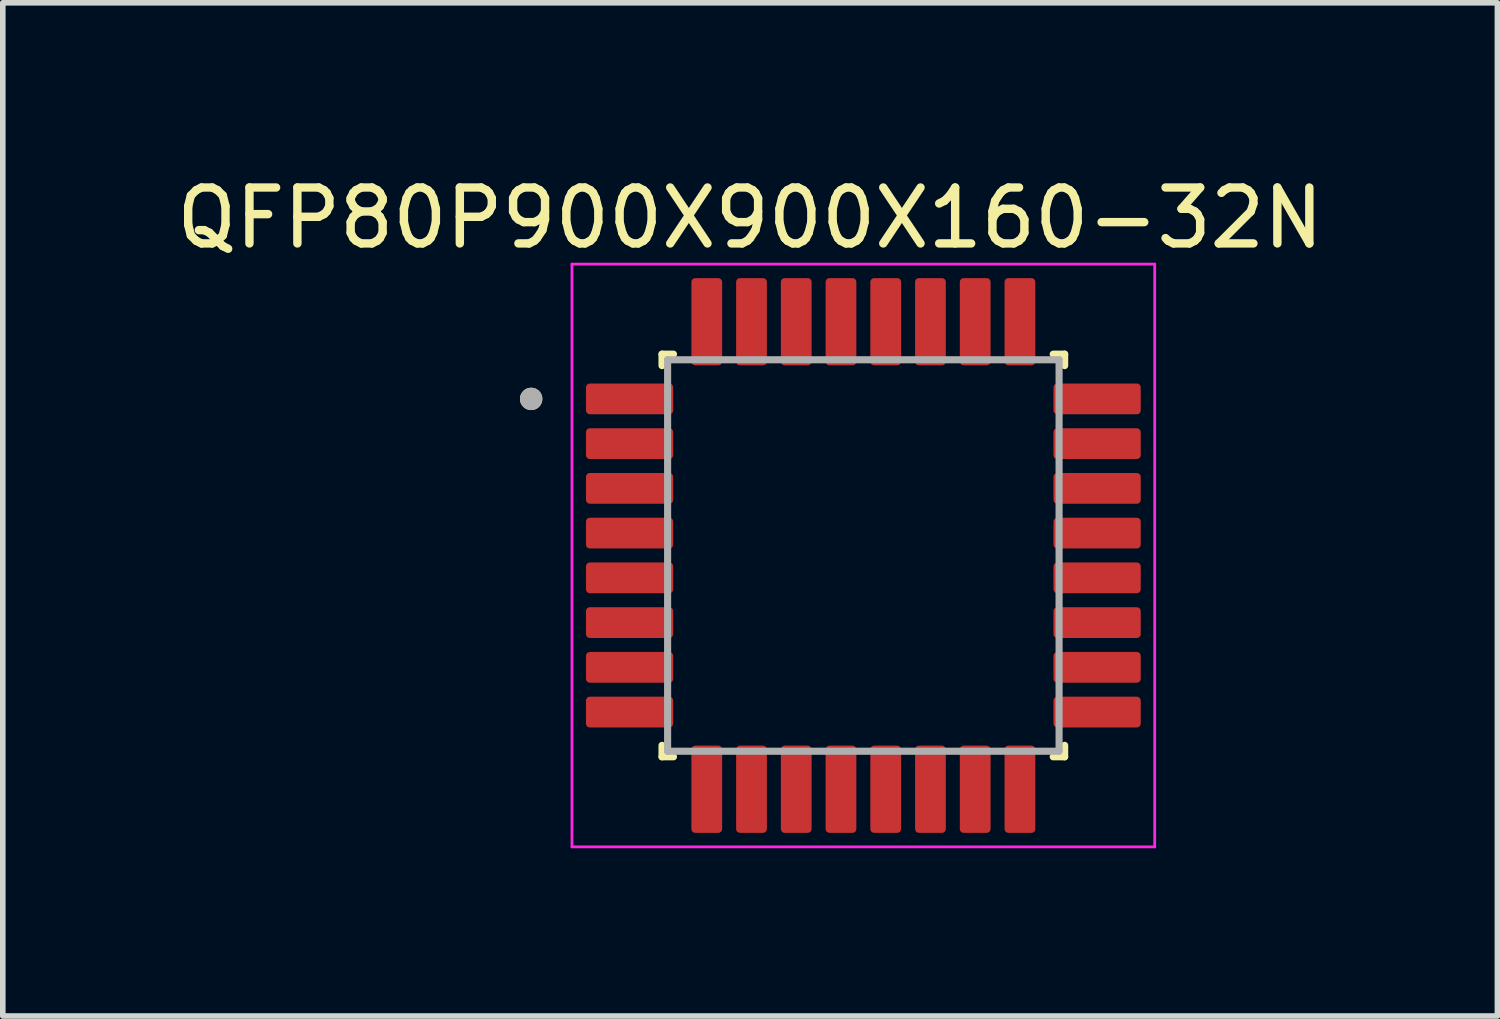
<source format=kicad_pcb>
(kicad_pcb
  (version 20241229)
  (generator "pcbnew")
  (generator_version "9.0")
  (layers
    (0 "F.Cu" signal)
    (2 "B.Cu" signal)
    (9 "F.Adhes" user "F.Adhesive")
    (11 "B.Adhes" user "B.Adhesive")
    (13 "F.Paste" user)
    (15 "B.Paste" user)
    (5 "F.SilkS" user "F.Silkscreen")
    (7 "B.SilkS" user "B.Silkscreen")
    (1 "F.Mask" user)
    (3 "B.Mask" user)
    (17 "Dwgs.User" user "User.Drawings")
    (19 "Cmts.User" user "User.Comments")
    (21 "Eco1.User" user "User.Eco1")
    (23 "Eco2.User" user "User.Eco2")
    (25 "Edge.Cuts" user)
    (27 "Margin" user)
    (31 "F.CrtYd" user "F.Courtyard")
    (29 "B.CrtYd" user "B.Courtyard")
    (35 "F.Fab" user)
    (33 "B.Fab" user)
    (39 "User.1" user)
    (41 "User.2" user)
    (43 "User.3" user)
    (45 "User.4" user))
  (footprint "QFP80P900X900X160-32N"
    (layer "F.Cu")
    (at 12.388 6.883)
    (property "Reference" "QFP80P900X900X160-32N" (at -2.025 -6.035 0) (layer "F.SilkS") (effects (font (size 1 1) (thickness 0.15))))
    (attr smd)
    (fp_line (start -3.6 -3.6) (end -3.6 -3.395) (stroke (width 0.127) (type solid)) (layer "F.SilkS"))
    (fp_line (start -3.6 -3.6) (end -3.395 -3.6) (stroke (width 0.127) (type solid)) (layer "F.SilkS"))
    (fp_line (start -3.6 3.6) (end -3.6 3.395) (stroke (width 0.127) (type solid)) (layer "F.SilkS"))
    (fp_line (start -3.6 3.6) (end -3.395 3.6) (stroke (width 0.127) (type solid)) (layer "F.SilkS"))
    (fp_line (start 3.6 -3.6) (end 3.395 -3.6) (stroke (width 0.127) (type solid)) (layer "F.SilkS"))
    (fp_line (start 3.6 -3.6) (end 3.6 -3.395) (stroke (width 0.127) (type solid)) (layer "F.SilkS"))
    (fp_line (start 3.6 3.6) (end 3.395 3.6) (stroke (width 0.127) (type solid)) (layer "F.SilkS"))
    (fp_line (start 3.6 3.6) (end 3.6 3.395) (stroke (width 0.127) (type solid)) (layer "F.SilkS"))
    (fp_circle (center -5.94 -2.8) (end -5.84 -2.8) (stroke (width 0.2) (type solid)) (fill no) (layer "F.SilkS"))
    (fp_line (start -5.21 -5.21) (end 5.21 -5.21) (stroke (width 0.05) (type solid)) (layer "F.CrtYd"))
    (fp_line (start -5.21 5.21) (end -5.21 -5.21) (stroke (width 0.05) (type solid)) (layer "F.CrtYd"))
    (fp_line (start -5.21 5.21) (end 5.21 5.21) (stroke (width 0.05) (type solid)) (layer "F.CrtYd"))
    (fp_line (start 5.21 5.21) (end 5.21 -5.21) (stroke (width 0.05) (type solid)) (layer "F.CrtYd"))
    (fp_line (start -3.5 3.5) (end -3.5 -3.5) (stroke (width 0.127) (type solid)) (layer "F.Fab"))
    (fp_line (start 3.5 -3.5) (end -3.5 -3.5) (stroke (width 0.127) (type solid)) (layer "F.Fab"))
    (fp_line (start 3.5 3.5) (end -3.5 3.5) (stroke (width 0.127) (type solid)) (layer "F.Fab"))
    (fp_line (start 3.5 3.5) (end 3.5 -3.5) (stroke (width 0.127) (type solid)) (layer "F.Fab"))
    (fp_circle (center -5.94 -2.8) (end -5.84 -2.8) (stroke (width 0.2) (type solid)) (fill no) (layer "F.Fab"))
    (pad "1" smd roundrect (at -4.18 -2.8) (size 1.56 0.55) (layers "F.Cu" "F.Mask" "F.Paste") (roundrect_rratio 0.125))
    (pad "2" smd roundrect (at -4.18 -2) (size 1.56 0.55) (layers "F.Cu" "F.Mask" "F.Paste") (roundrect_rratio 0.125))
    (pad "3" smd roundrect (at -4.18 -1.2) (size 1.56 0.55) (layers "F.Cu" "F.Mask" "F.Paste") (roundrect_rratio 0.125))
    (pad "4" smd roundrect (at -4.18 -0.4) (size 1.56 0.55) (layers "F.Cu" "F.Mask" "F.Paste") (roundrect_rratio 0.125))
    (pad "5" smd roundrect (at -4.18 0.4) (size 1.56 0.55) (layers "F.Cu" "F.Mask" "F.Paste") (roundrect_rratio 0.125))
    (pad "6" smd roundrect (at -4.18 1.2) (size 1.56 0.55) (layers "F.Cu" "F.Mask" "F.Paste") (roundrect_rratio 0.125))
    (pad "7" smd roundrect (at -4.18 2) (size 1.56 0.55) (layers "F.Cu" "F.Mask" "F.Paste") (roundrect_rratio 0.125))
    (pad "8" smd roundrect (at -4.18 2.8) (size 1.56 0.55) (layers "F.Cu" "F.Mask" "F.Paste") (roundrect_rratio 0.125))
    (pad "9" smd roundrect (at -2.8 4.18) (size 0.55 1.56) (layers "F.Cu" "F.Mask" "F.Paste") (roundrect_rratio 0.125))
    (pad "10" smd roundrect (at -2 4.18) (size 0.55 1.56) (layers "F.Cu" "F.Mask" "F.Paste") (roundrect_rratio 0.125))
    (pad "11" smd roundrect (at -1.2 4.18) (size 0.55 1.56) (layers "F.Cu" "F.Mask" "F.Paste") (roundrect_rratio 0.125))
    (pad "12" smd roundrect (at -0.4 4.18) (size 0.55 1.56) (layers "F.Cu" "F.Mask" "F.Paste") (roundrect_rratio 0.125))
    (pad "13" smd roundrect (at 0.4 4.18) (size 0.55 1.56) (layers "F.Cu" "F.Mask" "F.Paste") (roundrect_rratio 0.125))
    (pad "14" smd roundrect (at 1.2 4.18) (size 0.55 1.56) (layers "F.Cu" "F.Mask" "F.Paste") (roundrect_rratio 0.125))
    (pad "15" smd roundrect (at 2 4.18) (size 0.55 1.56) (layers "F.Cu" "F.Mask" "F.Paste") (roundrect_rratio 0.125))
    (pad "16" smd roundrect (at 2.8 4.18) (size 0.55 1.56) (layers "F.Cu" "F.Mask" "F.Paste") (roundrect_rratio 0.125))
    (pad "17" smd roundrect (at 4.18 2.8) (size 1.56 0.55) (layers "F.Cu" "F.Mask" "F.Paste") (roundrect_rratio 0.125))
    (pad "18" smd roundrect (at 4.18 2) (size 1.56 0.55) (layers "F.Cu" "F.Mask" "F.Paste") (roundrect_rratio 0.125))
    (pad "19" smd roundrect (at 4.18 1.2) (size 1.56 0.55) (layers "F.Cu" "F.Mask" "F.Paste") (roundrect_rratio 0.125))
    (pad "20" smd roundrect (at 4.18 0.4) (size 1.56 0.55) (layers "F.Cu" "F.Mask" "F.Paste") (roundrect_rratio 0.125))
    (pad "21" smd roundrect (at 4.18 -0.4) (size 1.56 0.55) (layers "F.Cu" "F.Mask" "F.Paste") (roundrect_rratio 0.125))
    (pad "22" smd roundrect (at 4.18 -1.2) (size 1.56 0.55) (layers "F.Cu" "F.Mask" "F.Paste") (roundrect_rratio 0.125))
    (pad "23" smd roundrect (at 4.18 -2) (size 1.56 0.55) (layers "F.Cu" "F.Mask" "F.Paste") (roundrect_rratio 0.125))
    (pad "24" smd roundrect (at 4.18 -2.8) (size 1.56 0.55) (layers "F.Cu" "F.Mask" "F.Paste") (roundrect_rratio 0.125))
    (pad "25" smd roundrect (at 2.8 -4.18) (size 0.55 1.56) (layers "F.Cu" "F.Mask" "F.Paste") (roundrect_rratio 0.125))
    (pad "26" smd roundrect (at 2 -4.18) (size 0.55 1.56) (layers "F.Cu" "F.Mask" "F.Paste") (roundrect_rratio 0.125))
    (pad "27" smd roundrect (at 1.2 -4.18) (size 0.55 1.56) (layers "F.Cu" "F.Mask" "F.Paste") (roundrect_rratio 0.125))
    (pad "28" smd roundrect (at 0.4 -4.18) (size 0.55 1.56) (layers "F.Cu" "F.Mask" "F.Paste") (roundrect_rratio 0.125))
    (pad "29" smd roundrect (at -0.4 -4.18) (size 0.55 1.56) (layers "F.Cu" "F.Mask" "F.Paste") (roundrect_rratio 0.125))
    (pad "30" smd roundrect (at -1.2 -4.18) (size 0.55 1.56) (layers "F.Cu" "F.Mask" "F.Paste") (roundrect_rratio 0.125))
    (pad "31" smd roundrect (at -2 -4.18) (size 0.55 1.56) (layers "F.Cu" "F.Mask" "F.Paste") (roundrect_rratio 0.125))
    (pad "32" smd roundrect (at -2.8 -4.18) (size 0.55 1.56) (layers "F.Cu" "F.Mask" "F.Paste") (roundrect_rratio 0.125)))
  (gr_rect
    (start -3 -3)
    (end 23.726 15.118)
    (stroke (width 0.1) (type default))
    (fill no)
    (layer "Edge.Cuts")))
</source>
